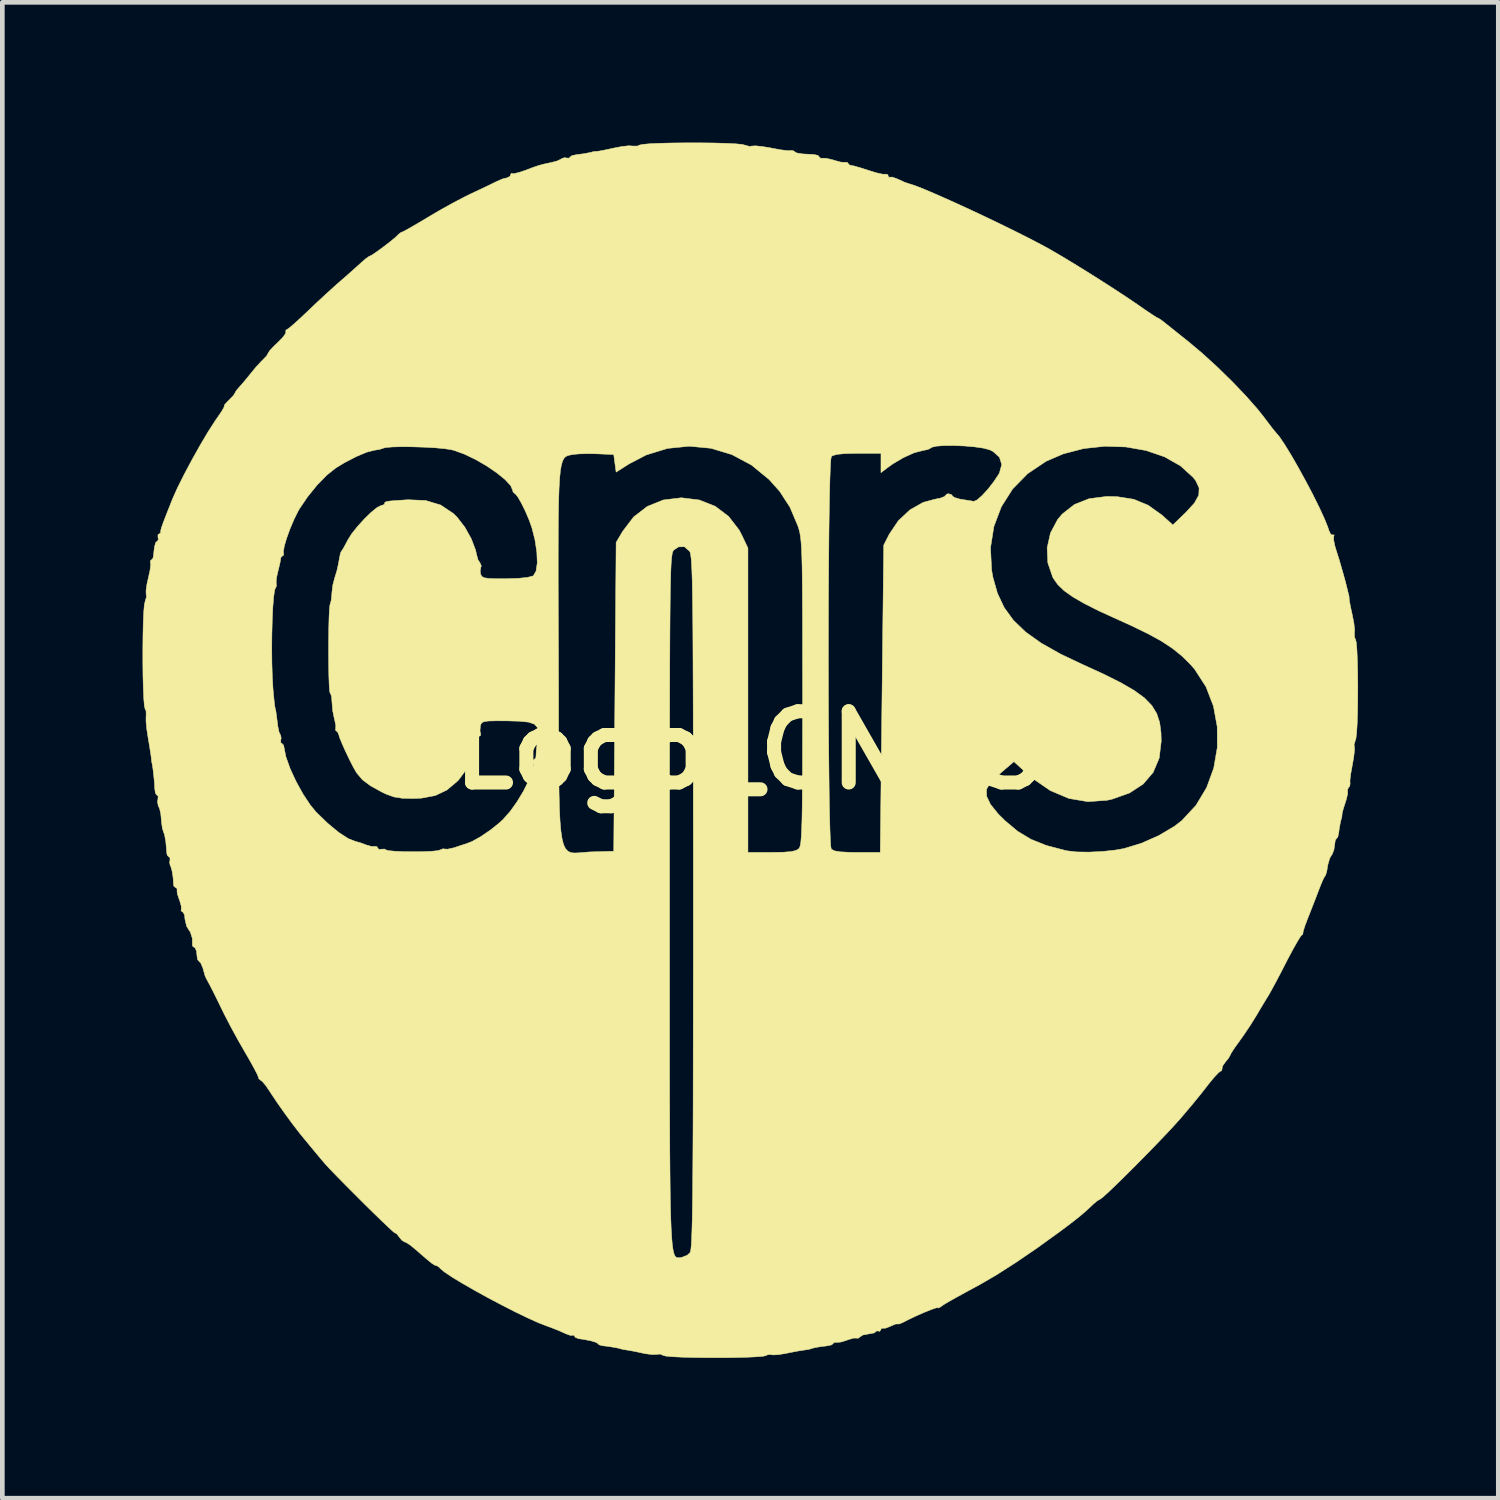
<source format=kicad_pcb>
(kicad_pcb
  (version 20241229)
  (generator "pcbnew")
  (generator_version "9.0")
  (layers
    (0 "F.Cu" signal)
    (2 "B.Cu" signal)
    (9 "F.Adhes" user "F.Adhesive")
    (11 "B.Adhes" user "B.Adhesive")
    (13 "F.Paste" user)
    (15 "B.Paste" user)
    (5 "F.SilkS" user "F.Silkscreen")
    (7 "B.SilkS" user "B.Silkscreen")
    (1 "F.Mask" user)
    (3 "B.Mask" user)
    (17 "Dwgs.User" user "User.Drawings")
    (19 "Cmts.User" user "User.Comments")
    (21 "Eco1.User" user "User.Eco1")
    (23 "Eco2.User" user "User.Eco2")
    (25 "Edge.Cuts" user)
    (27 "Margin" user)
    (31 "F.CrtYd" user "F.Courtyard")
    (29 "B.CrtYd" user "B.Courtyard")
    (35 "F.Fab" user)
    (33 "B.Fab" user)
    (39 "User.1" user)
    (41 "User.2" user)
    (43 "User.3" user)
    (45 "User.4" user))
  (footprint "Logo_CNRS"
    (layer "F.Cu")
    (at 12.997 12.996)
    (property "Reference" "Logo_CNRS" (at 0 0 0) (layer "F.SilkS") (effects (font (size 1.524 1.524) (thickness 0.3))))
    (attr through_hole)
    (fp_poly (pts (xy -1.08 -12.991) (xy -0.791 -12.988) (xy -0.532 -12.981) (xy -0.32 -12.971) (xy -0.174 -12.957) (xy -0.115 -12.942) (xy -0.016 -12.914) (xy 0.026 -12.922) (xy 0.113 -12.927) (xy 0.266 -12.911) (xy 0.453 -12.879) (xy 0.463 -12.877) (xy 0.645 -12.843) (xy 0.787 -12.825) (xy 0.862 -12.826) (xy 0.865 -12.828) (xy 0.926 -12.82) (xy 0.935 -12.809) (xy 0.992 -12.775) (xy 1.121 -12.754) (xy 1.337 -12.743) (xy 1.359 -12.742) (xy 1.448 -12.722) (xy 1.473 -12.69) (xy 1.51 -12.658) (xy 1.537 -12.663) (xy 1.622 -12.661) (xy 1.756 -12.63) (xy 1.796 -12.617) (xy 1.93 -12.58) (xy 2.023 -12.572) (xy 2.037 -12.576) (xy 2.08 -12.572) (xy 2.083 -12.559) (xy 2.123 -12.516) (xy 2.146 -12.512) (xy 2.224 -12.495) (xy 2.367 -12.454) (xy 2.53 -12.401) (xy 2.7 -12.349) (xy 2.833 -12.32) (xy 2.898 -12.321) (xy 2.942 -12.311) (xy 2.946 -12.288) (xy 2.965 -12.25) (xy 2.978 -12.258) (xy 3.04 -12.258) (xy 3.148 -12.218) (xy 3.161 -12.212) (xy 3.292 -12.152) (xy 3.395 -12.116) (xy 3.396 -12.116) (xy 3.514 -12.079) (xy 3.709 -12.003) (xy 3.965 -11.894) (xy 4.267 -11.76) (xy 4.601 -11.608) (xy 4.952 -11.444) (xy 5.306 -11.275) (xy 5.647 -11.108) (xy 5.961 -10.95) (xy 6.233 -10.808) (xy 6.401 -10.716) (xy 6.677 -10.555) (xy 7.008 -10.354) (xy 7.365 -10.132) (xy 7.717 -9.907) (xy 8.036 -9.698) (xy 8.27 -9.54) (xy 8.448 -9.416) (xy 8.594 -9.318) (xy 8.688 -9.258) (xy 8.714 -9.246) (xy 8.766 -9.217) (xy 8.826 -9.173) (xy 8.901 -9.113) (xy 9.035 -9.006) (xy 9.208 -8.867) (xy 9.373 -8.736) (xy 9.676 -8.481) (xy 9.996 -8.188) (xy 10.313 -7.878) (xy 10.605 -7.572) (xy 10.851 -7.292) (xy 10.976 -7.135) (xy 11.089 -6.985) (xy 11.178 -6.869) (xy 11.227 -6.81) (xy 11.23 -6.807) (xy 11.313 -6.709) (xy 11.43 -6.536) (xy 11.57 -6.308) (xy 11.723 -6.041) (xy 11.88 -5.755) (xy 12.032 -5.467) (xy 12.167 -5.194) (xy 12.277 -4.956) (xy 12.352 -4.771) (xy 12.374 -4.7) (xy 12.415 -4.616) (xy 12.459 -4.606) (xy 12.488 -4.606) (xy 12.479 -4.584) (xy 12.474 -4.507) (xy 12.501 -4.373) (xy 12.527 -4.287) (xy 12.59 -4.088) (xy 12.661 -3.844) (xy 12.728 -3.603) (xy 12.776 -3.409) (xy 12.777 -3.404) (xy 12.798 -3.32) (xy 12.804 -3.302) (xy 12.808 -3.24) (xy 12.816 -3.174) (xy 12.842 -3.041) (xy 12.875 -2.892) (xy 12.909 -2.717) (xy 12.924 -2.576) (xy 12.92 -2.509) (xy 12.923 -2.409) (xy 12.943 -2.374) (xy 12.96 -2.303) (xy 12.973 -2.15) (xy 12.983 -1.933) (xy 12.989 -1.673) (xy 12.992 -1.387) (xy 12.991 -1.095) (xy 12.987 -0.816) (xy 12.979 -0.57) (xy 12.967 -0.375) (xy 12.952 -0.25) (xy 12.941 -0.217) (xy 12.912 -0.121) (xy 12.918 -0.085) (xy 12.922 -0.002) (xy 12.905 0.146) (xy 12.873 0.327) (xy 12.841 0.505) (xy 12.824 0.643) (xy 12.827 0.712) (xy 12.828 0.712) (xy 12.818 0.773) (xy 12.802 0.787) (xy 12.769 0.845) (xy 12.775 0.862) (xy 12.775 0.931) (xy 12.745 1.057) (xy 12.726 1.115) (xy 12.682 1.252) (xy 12.658 1.345) (xy 12.656 1.362) (xy 12.651 1.422) (xy 12.623 1.526) (xy 12.596 1.671) (xy 12.584 1.765) (xy 12.564 1.855) (xy 12.543 1.88) (xy 12.512 1.92) (xy 12.508 1.943) (xy 12.481 2.131) (xy 12.443 2.228) (xy 12.432 2.239) (xy 12.39 2.314) (xy 12.35 2.455) (xy 12.328 2.591) (xy 12.302 2.675) (xy 12.288 2.692) (xy 12.255 2.75) (xy 12.202 2.874) (xy 12.154 2.997) (xy 12.075 3.205) (xy 11.982 3.442) (xy 11.923 3.591) (xy 11.861 3.754) (xy 11.823 3.877) (xy 11.816 3.934) (xy 11.81 3.943) (xy 11.805 3.94) (xy 11.772 3.974) (xy 11.704 4.083) (xy 11.609 4.251) (xy 11.496 4.462) (xy 11.471 4.511) (xy 11.35 4.747) (xy 11.237 4.961) (xy 11.145 5.131) (xy 11.087 5.234) (xy 11.083 5.24) (xy 11.013 5.354) (xy 10.914 5.518) (xy 10.824 5.671) (xy 10.695 5.879) (xy 10.547 6.099) (xy 10.455 6.228) (xy 10.355 6.367) (xy 10.285 6.474) (xy 10.262 6.522) (xy 10.23 6.581) (xy 10.162 6.665) (xy 10.098 6.755) (xy 10.089 6.815) (xy 10.078 6.856) (xy 10.064 6.858) (xy 10.012 6.896) (xy 9.918 6.996) (xy 9.8 7.139) (xy 9.772 7.176) (xy 9.629 7.359) (xy 9.447 7.581) (xy 9.258 7.805) (xy 9.177 7.899) (xy 9.04 8.051) (xy 8.864 8.239) (xy 8.661 8.451) (xy 8.442 8.675) (xy 8.221 8.899) (xy 8.008 9.111) (xy 7.816 9.299) (xy 7.656 9.452) (xy 7.541 9.556) (xy 7.483 9.6) (xy 7.48 9.601) (xy 7.422 9.633) (xy 7.342 9.7) (xy 7.206 9.828) (xy 7.078 9.94) (xy 6.932 10.057) (xy 6.742 10.202) (xy 6.624 10.29) (xy 6.137 10.642) (xy 5.677 10.956) (xy 5.261 11.222) (xy 4.903 11.43) (xy 4.902 11.43) (xy 4.62 11.583) (xy 4.414 11.696) (xy 4.27 11.777) (xy 4.175 11.832) (xy 4.114 11.871) (xy 4.077 11.899) (xy 4.022 11.929) (xy 4.013 11.922) (xy 3.971 11.926) (xy 3.863 11.964) (xy 3.711 12.025) (xy 3.541 12.1) (xy 3.377 12.178) (xy 3.289 12.224) (xy 3.193 12.267) (xy 3.15 12.271) (xy 3.15 12.27) (xy 3.111 12.27) (xy 3.016 12.309) (xy 3.004 12.316) (xy 2.895 12.359) (xy 2.828 12.361) (xy 2.826 12.359) (xy 2.797 12.367) (xy 2.794 12.39) (xy 2.764 12.428) (xy 2.743 12.421) (xy 2.696 12.417) (xy 2.692 12.43) (xy 2.648 12.461) (xy 2.539 12.482) (xy 2.528 12.483) (xy 2.409 12.505) (xy 2.347 12.544) (xy 2.346 12.547) (xy 2.299 12.578) (xy 2.284 12.572) (xy 2.212 12.571) (xy 2.092 12.606) (xy 2.072 12.614) (xy 1.943 12.655) (xy 1.849 12.664) (xy 1.841 12.662) (xy 1.784 12.667) (xy 1.778 12.683) (xy 1.734 12.718) (xy 1.638 12.738) (xy 1.507 12.754) (xy 1.383 12.775) (xy 1.305 12.795) (xy 1.295 12.801) (xy 1.252 12.812) (xy 1.149 12.828) (xy 1.01 12.85) (xy 0.829 12.885) (xy 0.751 12.901) (xy 0.597 12.926) (xy 0.483 12.932) (xy 0.451 12.925) (xy 0.374 12.925) (xy 0.341 12.944) (xy 0.272 12.96) (xy 0.123 12.972) (xy -0.09 12.982) (xy -0.347 12.988) (xy -0.631 12.991) (xy -0.922 12.99) (xy -1.204 12.987) (xy -1.457 12.98) (xy -1.663 12.97) (xy -1.804 12.957) (xy -1.862 12.942) (xy -1.929 12.913) (xy -1.986 12.919) (xy -2.093 12.924) (xy -2.246 12.905) (xy -2.297 12.894) (xy -2.465 12.858) (xy -2.613 12.831) (xy -2.642 12.827) (xy -2.737 12.811) (xy -2.769 12.802) (xy -2.812 12.789) (xy -2.917 12.769) (xy -3.043 12.749) (xy -3.151 12.736) (xy -3.162 12.735) (xy -3.238 12.714) (xy -3.251 12.695) (xy -3.297 12.664) (xy -3.412 12.629) (xy -3.567 12.599) (xy -3.67 12.585) (xy -3.746 12.555) (xy -3.759 12.528) (xy -3.782 12.505) (xy -3.791 12.512) (xy -3.853 12.513) (xy -3.96 12.473) (xy -3.965 12.47) (xy -4.101 12.409) (xy -4.277 12.34) (xy -4.347 12.315) (xy -4.531 12.244) (xy -4.764 12.139) (xy -5.033 12.009) (xy -5.322 11.861) (xy -5.616 11.706) (xy -5.9 11.549) (xy -6.159 11.4) (xy -6.377 11.268) (xy -6.54 11.159) (xy -6.633 11.083) (xy -6.646 11.063) (xy -6.704 11.024) (xy -6.709 11.024) (xy -6.746 11.014) (xy -6.804 10.978) (xy -6.898 10.902) (xy -7.044 10.777) (xy -7.153 10.681) (xy -7.272 10.584) (xy -7.364 10.525) (xy -7.392 10.516) (xy -7.455 10.477) (xy -7.51 10.409) (xy -7.567 10.336) (xy -7.598 10.324) (xy -7.637 10.296) (xy -7.734 10.207) (xy -7.877 10.071) (xy -8.053 9.9) (xy -8.25 9.707) (xy -8.453 9.504) (xy -8.652 9.304) (xy -8.833 9.12) (xy -8.984 8.964) (xy -9.091 8.848) (xy -9.093 8.846) (xy -9.158 8.77) (xy -9.265 8.642) (xy -9.394 8.487) (xy -9.522 8.332) (xy -9.628 8.202) (xy -9.667 8.153) (xy -9.808 7.969) (xy -9.97 7.747) (xy -10.127 7.523) (xy -10.253 7.335) (xy -10.273 7.303) (xy -10.363 7.17) (xy -10.437 7.083) (xy -10.469 7.061) (xy -10.514 7.022) (xy -10.516 7.005) (xy -10.54 6.941) (xy -10.607 6.811) (xy -10.705 6.633) (xy -10.806 6.459) (xy -10.954 6.201) (xy -11.109 5.917) (xy -11.247 5.651) (xy -11.303 5.537) (xy -11.403 5.332) (xy -11.475 5.187) (xy -1.727 5.187) (xy -1.727 6.028) (xy -1.727 6.782) (xy -1.726 7.454) (xy -1.724 8.048) (xy -1.722 8.569) (xy -1.718 9.021) (xy -1.714 9.41) (xy -1.708 9.74) (xy -1.701 10.016) (xy -1.692 10.243) (xy -1.681 10.425) (xy -1.669 10.568) (xy -1.654 10.675) (xy -1.637 10.753) (xy -1.618 10.804) (xy -1.596 10.835) (xy -1.571 10.85) (xy -1.543 10.854) (xy -1.513 10.852) (xy -1.479 10.847) (xy -1.469 10.846) (xy -1.35 10.8) (xy -1.289 10.743) (xy -1.279 10.717) (xy -1.27 10.662) (xy -1.262 10.573) (xy -1.255 10.447) (xy -1.249 10.279) (xy -1.243 10.064) (xy -1.238 9.798) (xy -1.234 9.476) (xy -1.231 9.093) (xy -1.228 8.646) (xy -1.225 8.129) (xy -1.223 7.538) (xy -1.222 6.868) (xy -1.221 6.116) (xy -1.22 5.275) (xy -1.219 4.343) (xy -1.219 3.313) (xy -1.219 3.253) (xy -1.219 2.232) (xy -1.22 1.309) (xy -1.22 0.477) (xy -1.221 -0.267) (xy -1.222 -0.929) (xy -1.224 -1.514) (xy -1.226 -2.026) (xy -1.228 -2.47) (xy -1.231 -2.852) (xy -1.235 -3.175) (xy -1.239 -3.445) (xy -1.244 -3.666) (xy -1.25 -3.843) (xy -1.257 -3.982) (xy -1.264 -4.087) (xy -1.273 -4.163) (xy -1.282 -4.214) (xy -1.292 -4.245) (xy -1.298 -4.256) (xy -1.41 -4.353) (xy -1.535 -4.35) (xy -1.634 -4.285) (xy -1.647 -4.27) (xy -1.658 -4.248) (xy -1.669 -4.212) (xy -1.678 -4.158) (xy -1.686 -4.082) (xy -1.694 -3.977) (xy -1.7 -3.841) (xy -1.705 -3.666) (xy -1.71 -3.449) (xy -1.714 -3.185) (xy -1.717 -2.869) (xy -1.72 -2.495) (xy -1.722 -2.059) (xy -1.724 -1.557) (xy -1.725 -0.982) (xy -1.726 -0.331) (xy -1.727 0.401) (xy -1.727 1.221) (xy -1.727 2.131) (xy -1.727 3.138) (xy -1.727 3.222) (xy -1.727 4.253) (xy -1.727 5.187) (xy -11.475 5.187) (xy -11.495 5.148) (xy -11.563 5.014) (xy -11.583 4.978) (xy -11.637 4.878) (xy -11.661 4.826) (xy -11.709 4.654) (xy -11.755 4.547) (xy -11.783 4.521) (xy -11.82 4.48) (xy -11.828 4.445) (xy -11.842 4.321) (xy -11.845 4.293) (xy -11.875 4.225) (xy -11.896 4.216) (xy -11.932 4.183) (xy -11.932 4.178) (xy -11.934 4.022) (xy -11.977 3.886) (xy -12.002 3.852) (xy -12.056 3.763) (xy -12.09 3.62) (xy -12.101 3.518) (xy -12.136 3.459) (xy -12.153 3.454) (xy -12.177 3.424) (xy -12.17 3.409) (xy -12.17 3.337) (xy -12.204 3.215) (xy -12.216 3.187) (xy -12.256 3.065) (xy -12.262 2.986) (xy -12.258 2.978) (xy -12.264 2.949) (xy -12.282 2.946) (xy -12.329 2.905) (xy -12.337 2.857) (xy -12.346 2.715) (xy -12.369 2.573) (xy -12.398 2.475) (xy -12.409 2.459) (xy -12.421 2.391) (xy -12.412 2.357) (xy -12.411 2.295) (xy -12.43 2.286) (xy -12.471 2.244) (xy -12.48 2.197) (xy -12.501 1.956) (xy -12.529 1.8) (xy -12.548 1.753) (xy -12.575 1.668) (xy -12.591 1.549) (xy -12.608 1.365) (xy -12.633 1.251) (xy -12.663 1.186) (xy -12.68 1.091) (xy -12.669 1.046) (xy -12.666 0.978) (xy -12.687 0.965) (xy -12.723 0.921) (xy -12.737 0.826) (xy -12.744 0.7) (xy -12.759 0.541) (xy -12.777 0.388) (xy -12.795 0.279) (xy -12.802 0.254) (xy -12.809 0.195) (xy -12.815 0.133) (xy -12.836 -0.004) (xy -12.866 -0.188) (xy -12.877 -0.251) (xy -12.908 -0.452) (xy -12.924 -0.619) (xy -12.924 -0.725) (xy -12.921 -0.739) (xy -12.923 -0.842) (xy -12.942 -0.877) (xy -12.959 -0.948) (xy -12.972 -1.101) (xy -12.982 -1.32) (xy -12.989 -1.584) (xy -12.992 -1.877) (xy -12.992 -2.179) (xy -12.992 -2.179) (xy -10.235 -2.179) (xy -10.232 -1.866) (xy -10.223 -1.571) (xy -10.208 -1.311) (xy -10.202 -1.245) (xy -10.185 -1.07) (xy -10.17 -0.943) (xy -10.16 -0.889) (xy -10.16 -0.889) (xy -10.148 -0.844) (xy -10.133 -0.735) (xy -10.13 -0.711) (xy -10.105 -0.514) (xy -10.081 -0.395) (xy -10.053 -0.334) (xy -10.046 -0.327) (xy -10.033 -0.258) (xy -10.042 -0.224) (xy -10.042 -0.161) (xy -10.024 -0.152) (xy -9.983 -0.11) (xy -9.973 -0.064) (xy -9.933 0.138) (xy -9.843 0.39) (xy -9.716 0.665) (xy -9.567 0.935) (xy -9.409 1.173) (xy -9.287 1.321) (xy -9.036 1.564) (xy -8.801 1.758) (xy -8.596 1.89) (xy -8.447 1.948) (xy -8.334 1.98) (xy -8.213 2.025) (xy -8.097 2.058) (xy -8.022 2.055) (xy -7.979 2.065) (xy -7.976 2.085) (xy -7.939 2.122) (xy -7.901 2.116) (xy -7.822 2.112) (xy -7.802 2.127) (xy -7.742 2.146) (xy -7.606 2.159) (xy -7.42 2.168) (xy -7.209 2.17) (xy -6.999 2.168) (xy -6.814 2.16) (xy -6.681 2.146) (xy -6.626 2.128) (xy -6.565 2.104) (xy -6.549 2.111) (xy -6.474 2.115) (xy -6.347 2.087) (xy -6.311 2.076) (xy -6.184 2.033) (xy -6.105 2.008) (xy -6.096 2.006) (xy -5.952 1.951) (xy -5.763 1.845) (xy -5.559 1.706) (xy -5.368 1.554) (xy -5.284 1.475) (xy -5.132 1.302) (xy -4.985 1.095) (xy -4.851 0.872) (xy -4.742 0.655) (xy -4.668 0.462) (xy -4.639 0.316) (xy -4.652 0.248) (xy -4.644 0.206) (xy -4.629 0.203) (xy -4.588 0.162) (xy -4.583 0.114) (xy -4.578 0.011) (xy -4.56 -0.143) (xy -4.551 -0.203) (xy -4.533 -0.368) (xy -4.551 -0.484) (xy -4.616 -0.558) (xy -4.744 -0.602) (xy -4.948 -0.622) (xy -5.201 -0.629) (xy -5.442 -0.63) (xy -5.6 -0.626) (xy -5.694 -0.613) (xy -5.743 -0.588) (xy -5.767 -0.546) (xy -5.773 -0.524) (xy -5.782 -0.412) (xy -5.768 -0.358) (xy -5.772 -0.31) (xy -5.794 -0.305) (xy -5.831 -0.268) (xy -5.826 -0.234) (xy -5.819 -0.151) (xy -5.83 -0.13) (xy -5.867 -0.055) (xy -5.871 -0.037) (xy -5.915 0.102) (xy -6.004 0.282) (xy -6.115 0.468) (xy -6.229 0.622) (xy -6.26 0.657) (xy -6.489 0.85) (xy -6.737 0.968) (xy -7.034 1.024) (xy -7.213 1.031) (xy -7.443 1.026) (xy -7.617 0.999) (xy -7.78 0.941) (xy -7.876 0.896) (xy -8.123 0.76) (xy -8.296 0.63) (xy -8.417 0.487) (xy -8.422 0.48) (xy -8.488 0.366) (xy -8.57 0.205) (xy -8.656 0.026) (xy -8.732 -0.144) (xy -8.786 -0.277) (xy -8.804 -0.343) (xy -8.834 -0.402) (xy -8.851 -0.406) (xy -8.875 -0.437) (xy -8.869 -0.45) (xy -8.865 -0.524) (xy -8.889 -0.647) (xy -8.895 -0.666) (xy -8.931 -0.842) (xy -8.947 -1.026) (xy -8.947 -1.029) (xy -8.956 -1.151) (xy -8.979 -1.216) (xy -8.986 -1.219) (xy -8.998 -1.267) (xy -9.007 -1.397) (xy -9.014 -1.59) (xy -9.018 -1.828) (xy -9.02 -2.09) (xy -9.019 -2.358) (xy -9.016 -2.614) (xy -9.01 -2.836) (xy -9.002 -3.008) (xy -8.991 -3.108) (xy -8.986 -3.124) (xy -8.964 -3.206) (xy -8.95 -3.339) (xy -8.95 -3.357) (xy -8.931 -3.526) (xy -8.892 -3.676) (xy -8.892 -3.677) (xy -8.843 -3.836) (xy -8.813 -3.97) (xy -8.784 -4.126) (xy -8.767 -4.21) (xy -8.752 -4.249) (xy -8.737 -4.267) (xy -8.7 -4.325) (xy -8.639 -4.439) (xy -8.61 -4.495) (xy -8.526 -4.629) (xy -8.402 -4.785) (xy -8.258 -4.944) (xy -8.114 -5.085) (xy -7.988 -5.188) (xy -7.903 -5.232) (xy -7.897 -5.232) (xy -7.831 -5.256) (xy -7.823 -5.275) (xy -7.817 -5.3) (xy -7.788 -5.317) (xy -7.715 -5.33) (xy -7.582 -5.341) (xy -7.37 -5.355) (xy -7.318 -5.358) (xy -6.942 -5.342) (xy -6.622 -5.245) (xy -6.351 -5.064) (xy -6.267 -4.981) (xy -6.105 -4.77) (xy -5.967 -4.522) (xy -5.875 -4.279) (xy -5.856 -4.191) (xy -5.823 -4.072) (xy -5.78 -4.006) (xy -5.753 -3.942) (xy -5.763 -3.917) (xy -5.778 -3.825) (xy -5.767 -3.763) (xy -5.743 -3.718) (xy -5.694 -3.69) (xy -5.598 -3.675) (xy -5.438 -3.669) (xy -5.23 -3.669) (xy -4.966 -3.677) (xy -4.768 -3.697) (xy -4.652 -3.727) (xy -4.639 -3.734) (xy -4.582 -3.833) (xy -4.557 -4.007) (xy -4.563 -4.163) (xy -4.109 -4.163) (xy -4.109 -3.619) (xy -4.107 -2.988) (xy -4.104 -2.264) (xy -4.103 -1.985) (xy -4.101 -1.233) (xy -4.1 -0.575) (xy -4.099 -0.006) (xy -4.096 0.48) (xy -4.091 0.89) (xy -4.083 1.23) (xy -4.07 1.506) (xy -4.051 1.726) (xy -4.026 1.894) (xy -3.994 2.018) (xy -3.952 2.104) (xy -3.901 2.159) (xy -3.839 2.188) (xy -3.765 2.197) (xy -3.679 2.194) (xy -3.578 2.185) (xy -3.462 2.176) (xy -3.407 2.173) (xy -2.921 2.159) (xy -2.87 -4.445) (xy -2.731 -4.681) (xy -2.496 -4.99) (xy -2.204 -5.215) (xy -1.862 -5.353) (xy -1.476 -5.4) (xy -1.473 -5.4) (xy -1.091 -5.353) (xy -0.751 -5.219) (xy -0.464 -5.002) (xy -0.238 -4.709) (xy -0.18 -4.597) (xy -0.051 -4.324) (xy -0.051 -1.07) (xy -0.051 2.184) (xy 0.454 2.184) (xy 0.705 2.18) (xy 0.875 2.167) (xy 0.98 2.141) (xy 1.038 2.105) (xy 1.054 2.08) (xy 1.068 2.036) (xy 1.08 1.965) (xy 1.089 1.86) (xy 1.097 1.713) (xy 1.104 1.518) (xy 1.109 1.266) (xy 1.112 0.951) (xy 1.115 0.566) (xy 1.116 0.102) (xy 1.117 -0.447) (xy 1.118 -1.089) (xy 1.118 -1.24) (xy 1.117 -1.898) (xy 1.117 -2.044) (xy 1.669 -2.044) (xy 1.67 -1.476) (xy 1.671 -0.919) (xy 1.674 -0.381) (xy 1.678 0.128) (xy 1.683 0.6) (xy 1.688 1.024) (xy 1.695 1.392) (xy 1.703 1.695) (xy 1.712 1.922) (xy 1.722 2.065) (xy 1.732 2.114) (xy 1.796 2.15) (xy 1.925 2.172) (xy 2.134 2.183) (xy 2.285 2.184) (xy 2.779 2.184) (xy 2.794 0.837) (xy 5.05 0.837) (xy 5.054 0.984) (xy 5.135 1.155) (xy 5.3 1.36) (xy 5.448 1.507) (xy 5.717 1.732) (xy 6.003 1.904) (xy 6.332 2.036) (xy 6.733 2.141) (xy 6.782 2.151) (xy 6.981 2.174) (xy 7.244 2.178) (xy 7.532 2.164) (xy 7.808 2.134) (xy 7.991 2.102) (xy 8.365 1.988) (xy 8.736 1.824) (xy 9.068 1.627) (xy 9.228 1.504) (xy 9.531 1.178) (xy 9.759 0.798) (xy 9.911 0.381) (xy 9.987 -0.059) (xy 9.985 -0.506) (xy 9.905 -0.943) (xy 9.746 -1.356) (xy 9.506 -1.729) (xy 9.414 -1.835) (xy 9.233 -2.014) (xy 9.033 -2.176) (xy 8.797 -2.332) (xy 8.508 -2.491) (xy 8.15 -2.665) (xy 7.87 -2.792) (xy 7.464 -2.977) (xy 7.144 -3.138) (xy 6.896 -3.281) (xy 6.711 -3.413) (xy 6.576 -3.543) (xy 6.481 -3.677) (xy 6.467 -3.704) (xy 6.363 -4.007) (xy 6.348 -4.329) (xy 6.419 -4.646) (xy 6.571 -4.933) (xy 6.671 -5.052) (xy 6.931 -5.256) (xy 7.247 -5.381) (xy 7.624 -5.429) (xy 7.845 -5.424) (xy 8.201 -5.368) (xy 8.51 -5.24) (xy 8.805 -5.029) (xy 8.839 -4.998) (xy 9.037 -4.819) (xy 9.319 -5.092) (xy 9.499 -5.289) (xy 9.591 -5.457) (xy 9.598 -5.611) (xy 9.525 -5.767) (xy 9.474 -5.833) (xy 9.201 -6.082) (xy 8.859 -6.276) (xy 8.464 -6.411) (xy 8.033 -6.487) (xy 7.583 -6.502) (xy 7.13 -6.453) (xy 6.692 -6.339) (xy 6.326 -6.181) (xy 5.932 -5.917) (xy 5.611 -5.59) (xy 5.369 -5.209) (xy 5.209 -4.786) (xy 5.137 -4.332) (xy 5.16 -3.858) (xy 5.188 -3.7) (xy 5.286 -3.356) (xy 5.429 -3.053) (xy 5.627 -2.78) (xy 5.888 -2.529) (xy 6.222 -2.291) (xy 6.639 -2.056) (xy 7.114 -1.831) (xy 7.565 -1.625) (xy 7.928 -1.443) (xy 8.214 -1.277) (xy 8.43 -1.119) (xy 8.586 -0.958) (xy 8.691 -0.787) (xy 8.754 -0.597) (xy 8.783 -0.379) (xy 8.788 -0.194) (xy 8.745 0.166) (xy 8.616 0.472) (xy 8.403 0.722) (xy 8.109 0.914) (xy 7.736 1.046) (xy 7.631 1.069) (xy 7.22 1.099) (xy 6.812 1.03) (xy 6.414 0.861) (xy 6.029 0.596) (xy 5.925 0.505) (xy 5.638 0.243) (xy 5.359 0.481) (xy 5.216 0.616) (xy 5.105 0.743) (xy 5.051 0.835) (xy 5.05 0.837) (xy 2.794 0.837) (xy 2.816 -1.102) (xy 2.853 -4.388) (xy 2.971 -4.62) (xy 3.165 -4.909) (xy 3.413 -5.141) (xy 3.695 -5.301) (xy 3.937 -5.367) (xy 4.073 -5.395) (xy 4.155 -5.428) (xy 4.166 -5.443) (xy 4.207 -5.481) (xy 4.242 -5.486) (xy 4.309 -5.463) (xy 4.318 -5.442) (xy 4.363 -5.407) (xy 4.474 -5.374) (xy 4.508 -5.368) (xy 4.656 -5.344) (xy 4.77 -5.325) (xy 4.78 -5.323) (xy 4.85 -5.354) (xy 4.957 -5.448) (xy 5.082 -5.584) (xy 5.205 -5.742) (xy 5.309 -5.898) (xy 5.329 -5.935) (xy 5.377 -6.111) (xy 5.328 -6.267) (xy 5.189 -6.392) (xy 5.115 -6.427) (xy 4.984 -6.462) (xy 4.796 -6.489) (xy 4.577 -6.508) (xy 4.35 -6.517) (xy 4.142 -6.516) (xy 3.977 -6.504) (xy 3.88 -6.48) (xy 3.868 -6.47) (xy 3.798 -6.433) (xy 3.687 -6.41) (xy 3.505 -6.363) (xy 3.282 -6.263) (xy 3.052 -6.128) (xy 2.959 -6.062) (xy 2.794 -5.938) (xy 2.794 -6.35) (xy 2.292 -6.35) (xy 2.031 -6.345) (xy 1.858 -6.329) (xy 1.759 -6.301) (xy 1.732 -6.28) (xy 1.722 -6.217) (xy 1.712 -6.062) (xy 1.703 -5.823) (xy 1.695 -5.511) (xy 1.688 -5.135) (xy 1.682 -4.703) (xy 1.678 -4.226) (xy 1.674 -3.712) (xy 1.671 -3.17) (xy 1.67 -2.611) (xy 1.669 -2.044) (xy 1.117 -2.044) (xy 1.117 -2.463) (xy 1.116 -2.941) (xy 1.114 -3.342) (xy 1.111 -3.674) (xy 1.107 -3.944) (xy 1.101 -4.16) (xy 1.094 -4.331) (xy 1.084 -4.465) (xy 1.073 -4.568) (xy 1.059 -4.651) (xy 1.042 -4.719) (xy 1.022 -4.782) (xy 1.016 -4.801) (xy 0.848 -5.198) (xy 0.629 -5.536) (xy 0.404 -5.789) (xy 0.025 -6.1) (xy -0.395 -6.324) (xy -0.843 -6.459) (xy -1.306 -6.503) (xy -1.771 -6.456) (xy -2.226 -6.316) (xy -2.591 -6.126) (xy -2.87 -5.949) (xy -2.896 -6.137) (xy -2.921 -6.325) (xy -3.277 -6.34) (xy -3.485 -6.344) (xy -3.677 -6.338) (xy -3.801 -6.325) (xy -3.857 -6.314) (xy -3.906 -6.302) (xy -3.949 -6.281) (xy -3.985 -6.244) (xy -4.016 -6.186) (xy -4.041 -6.1) (xy -4.062 -5.979) (xy -4.078 -5.817) (xy -4.09 -5.607) (xy -4.099 -5.343) (xy -4.105 -5.019) (xy -4.108 -4.628) (xy -4.109 -4.163) (xy -4.563 -4.163) (xy -4.566 -4.237) (xy -4.606 -4.501) (xy -4.672 -4.761) (xy -4.732 -4.928) (xy -4.809 -5.109) (xy -4.892 -5.278) (xy -4.967 -5.41) (xy -5.023 -5.481) (xy -5.035 -5.486) (xy -5.076 -5.527) (xy -5.08 -5.554) (xy -5.124 -5.658) (xy -5.243 -5.788) (xy -5.42 -5.932) (xy -5.635 -6.079) (xy -5.871 -6.216) (xy -6.109 -6.331) (xy -6.331 -6.412) (xy -6.389 -6.427) (xy -6.534 -6.45) (xy -6.737 -6.469) (xy -6.975 -6.482) (xy -7.224 -6.49) (xy -7.461 -6.492) (xy -7.66 -6.487) (xy -7.798 -6.475) (xy -7.846 -6.462) (xy -7.929 -6.435) (xy -8.041 -6.417) (xy -8.208 -6.374) (xy -8.428 -6.281) (xy -8.677 -6.152) (xy -8.865 -6.038) (xy -9.056 -5.886) (xy -9.266 -5.671) (xy -9.468 -5.422) (xy -9.639 -5.17) (xy -9.67 -5.116) (xy -9.76 -4.935) (xy -9.845 -4.734) (xy -9.917 -4.535) (xy -9.967 -4.365) (xy -9.986 -4.247) (xy -9.981 -4.214) (xy -9.982 -4.169) (xy -9.996 -4.166) (xy -10.039 -4.125) (xy -10.043 -4.102) (xy -10.057 -4.017) (xy -10.089 -3.878) (xy -10.104 -3.822) (xy -10.135 -3.68) (xy -10.141 -3.578) (xy -10.136 -3.558) (xy -10.139 -3.495) (xy -10.15 -3.486) (xy -10.174 -3.422) (xy -10.195 -3.274) (xy -10.212 -3.058) (xy -10.224 -2.792) (xy -10.232 -2.494) (xy -10.235 -2.179) (xy -12.992 -2.179) (xy -12.989 -2.472) (xy -12.983 -2.738) (xy -12.973 -2.958) (xy -12.96 -3.113) (xy -12.943 -3.186) (xy -12.943 -3.187) (xy -12.913 -3.286) (xy -12.921 -3.325) (xy -12.924 -3.413) (xy -12.903 -3.561) (xy -12.875 -3.685) (xy -12.839 -3.847) (xy -12.824 -3.97) (xy -12.83 -4.017) (xy -12.828 -4.061) (xy -12.815 -4.064) (xy -12.776 -4.106) (xy -12.766 -4.153) (xy -12.745 -4.345) (xy -12.716 -4.446) (xy -12.684 -4.47) (xy -12.659 -4.508) (xy -12.668 -4.547) (xy -12.669 -4.612) (xy -12.648 -4.623) (xy -12.609 -4.652) (xy -12.61 -4.661) (xy -12.611 -4.693) (xy -12.596 -4.754) (xy -12.559 -4.86) (xy -12.496 -5.025) (xy -12.402 -5.263) (xy -12.353 -5.385) (xy -12.251 -5.614) (xy -12.108 -5.9) (xy -11.94 -6.215) (xy -11.763 -6.531) (xy -11.592 -6.819) (xy -11.442 -7.052) (xy -11.405 -7.104) (xy -11.314 -7.238) (xy -11.258 -7.333) (xy -11.25 -7.366) (xy -11.24 -7.396) (xy -11.172 -7.468) (xy -11.153 -7.486) (xy -11.066 -7.575) (xy -11.024 -7.634) (xy -11.024 -7.639) (xy -10.992 -7.695) (xy -10.935 -7.761) (xy -10.85 -7.857) (xy -10.739 -7.991) (xy -10.693 -8.049) (xy -10.576 -8.191) (xy -10.462 -8.315) (xy -10.427 -8.349) (xy -10.345 -8.434) (xy -10.312 -8.493) (xy -10.278 -8.548) (xy -10.188 -8.644) (xy -10.11 -8.718) (xy -10.002 -8.827) (xy -9.94 -8.913) (xy -9.935 -8.946) (xy -9.933 -8.989) (xy -9.921 -8.992) (xy -9.87 -9.025) (xy -9.763 -9.115) (xy -9.617 -9.248) (xy -9.471 -9.385) (xy -9.267 -9.58) (xy -9.051 -9.779) (xy -8.857 -9.955) (xy -8.768 -10.033) (xy -8.6 -10.179) (xy -8.442 -10.32) (xy -8.326 -10.425) (xy -8.324 -10.427) (xy -8.223 -10.515) (xy -8.153 -10.563) (xy -8.144 -10.566) (xy -8.087 -10.595) (xy -7.978 -10.67) (xy -7.842 -10.769) (xy -7.705 -10.875) (xy -7.593 -10.967) (xy -7.531 -11.027) (xy -7.527 -11.033) (xy -7.473 -11.074) (xy -7.469 -11.074) (xy -7.412 -11.099) (xy -7.287 -11.168) (xy -7.113 -11.269) (xy -6.907 -11.392) (xy -6.902 -11.395) (xy -6.646 -11.546) (xy -6.371 -11.699) (xy -6.116 -11.833) (xy -5.969 -11.905) (xy -5.765 -12.001) (xy -5.58 -12.089) (xy -5.445 -12.155) (xy -5.419 -12.168) (xy -5.295 -12.221) (xy -5.203 -12.243) (xy -5.138 -12.276) (xy -5.131 -12.302) (xy -5.113 -12.339) (xy -5.102 -12.333) (xy -5.043 -12.334) (xy -4.921 -12.366) (xy -4.81 -12.404) (xy -4.644 -12.467) (xy -4.532 -12.505) (xy -4.436 -12.532) (xy -4.315 -12.558) (xy -4.254 -12.571) (xy -4.124 -12.606) (xy -4.044 -12.645) (xy -4.036 -12.653) (xy -3.973 -12.675) (xy -3.935 -12.667) (xy -3.871 -12.664) (xy -3.861 -12.682) (xy -3.817 -12.717) (xy -3.721 -12.738) (xy -3.564 -12.758) (xy -3.42 -12.785) (xy -3.353 -12.804) (xy -3.291 -12.808) (xy -3.226 -12.816) (xy -3.092 -12.842) (xy -2.927 -12.878) (xy -2.746 -12.913) (xy -2.597 -12.929) (xy -2.518 -12.923) (xy -2.414 -12.922) (xy -2.374 -12.942) (xy -2.304 -12.958) (xy -2.15 -12.972) (xy -1.932 -12.982) (xy -1.669 -12.988) (xy -1.378 -12.991) (xy -1.08 -12.991)) (stroke (width 0.01) (type solid)) (fill yes) (layer "F.SilkS")))
  (gr_rect
    (start -3 -3)
    (end 28.994 28.992)
    (stroke (width 0.1) (type default))
    (fill no)
    (layer "Edge.Cuts")))
</source>
